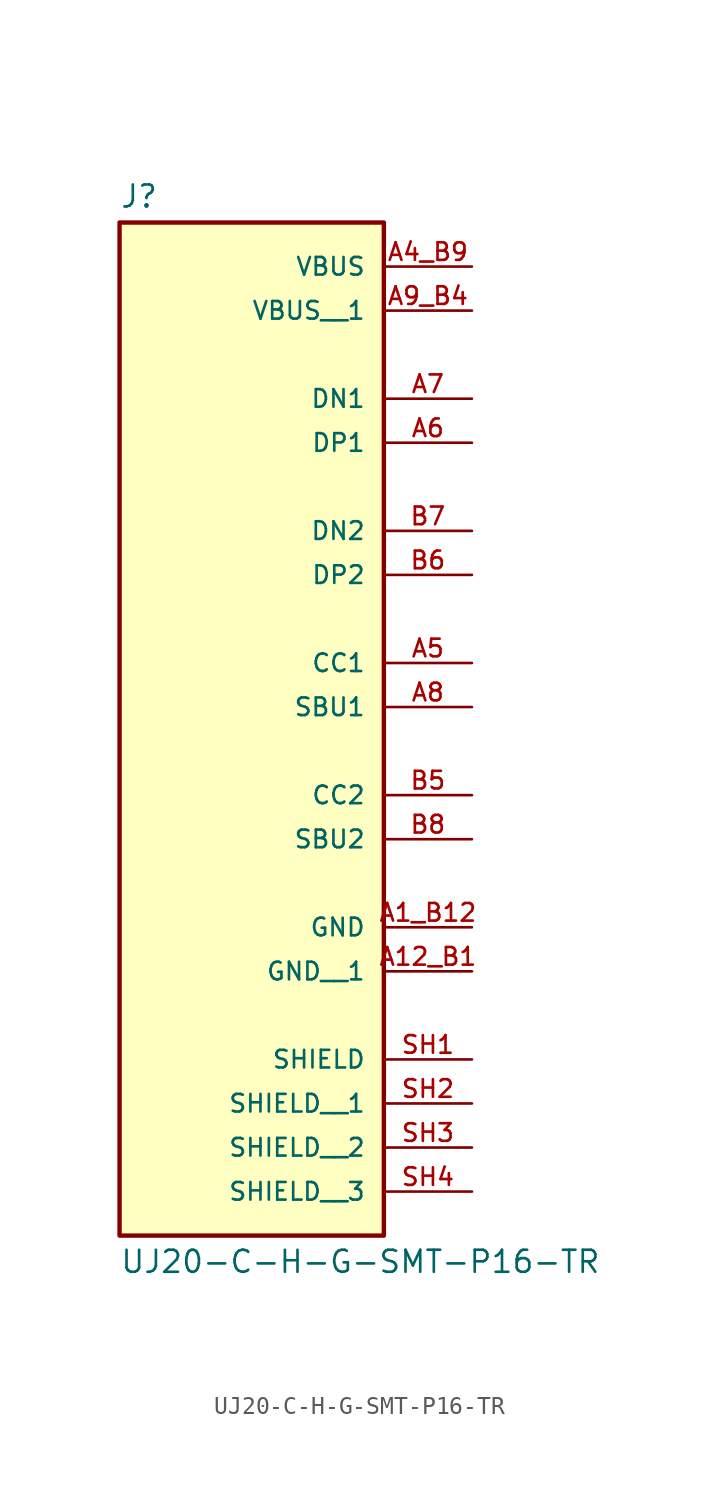
<source format=kicad_sym>
(kicad_symbol_lib
  (version 20211014)
  (generator kicad_symbol_editor)
  (symbol "UJ20-C-H-G-SMT-P16-TR"
    (pin_names
      (offset 1.016))
    (property "Reference" "J"
      (at -7.62 23.622 0)
      (effects (font (size 1.27 1.27)) (justify bottom left)))
    (property "Value" "UJ20-C-H-G-SMT-P16-TR"
      (at -7.62 -36.322 0)
      (effects (font (size 1.27 1.27)) (justify top left)))
    (symbol "UJ20-C-H-G-SMT-P16-TR_0_0"
      (rectangle (start -7.62 -35.56) (end 7.62 22.86) (stroke (width 0.254)) (fill (type background)))
      (pin power_in line (at 12.7 20.32 180.0) (length 5.08) (name "VBUS" (effects (font (size 1.016 1.016)))) (number "A4_B9" (effects (font (size 1.016 1.016)))))
      (pin passive line (at 12.7 -25.4 180.0) (length 5.08) (name "SHIELD" (effects (font (size 1.016 1.016)))) (number "SH1" (effects (font (size 1.016 1.016)))))
      (pin passive line (at 12.7 12.7 180.0) (length 5.08) (name "DN1" (effects (font (size 1.016 1.016)))) (number "A7" (effects (font (size 1.016 1.016)))))
      (pin passive line (at 12.7 10.16 180.0) (length 5.08) (name "DP1" (effects (font (size 1.016 1.016)))) (number "A6" (effects (font (size 1.016 1.016)))))
      (pin passive line (at 12.7 5.08 180.0) (length 5.08) (name "DN2" (effects (font (size 1.016 1.016)))) (number "B7" (effects (font (size 1.016 1.016)))))
      (pin passive line (at 12.7 2.54 180.0) (length 5.08) (name "DP2" (effects (font (size 1.016 1.016)))) (number "B6" (effects (font (size 1.016 1.016)))))
      (pin power_in line (at 12.7 -17.78 180.0) (length 5.08) (name "GND" (effects (font (size 1.016 1.016)))) (number "A1_B12" (effects (font (size 1.016 1.016)))))
      (pin passive line (at 12.7 -2.54 180.0) (length 5.08) (name "CC1" (effects (font (size 1.016 1.016)))) (number "A5" (effects (font (size 1.016 1.016)))))
      (pin passive line (at 12.7 -5.08 180.0) (length 5.08) (name "SBU1" (effects (font (size 1.016 1.016)))) (number "A8" (effects (font (size 1.016 1.016)))))
      (pin passive line (at 12.7 -10.16 180.0) (length 5.08) (name "CC2" (effects (font (size 1.016 1.016)))) (number "B5" (effects (font (size 1.016 1.016)))))
      (pin passive line (at 12.7 -12.7 180.0) (length 5.08) (name "SBU2" (effects (font (size 1.016 1.016)))) (number "B8" (effects (font (size 1.016 1.016)))))
      (pin power_in line (at 12.7 17.78 180.0) (length 5.08) (name "VBUS__1" (effects (font (size 1.016 1.016)))) (number "A9_B4" (effects (font (size 1.016 1.016)))))
      (pin power_in line (at 12.7 -20.32 180.0) (length 5.08) (name "GND__1" (effects (font (size 1.016 1.016)))) (number "A12_B1" (effects (font (size 1.016 1.016)))))
      (pin passive line (at 12.7 -27.94 180.0) (length 5.08) (name "SHIELD__1" (effects (font (size 1.016 1.016)))) (number "SH2" (effects (font (size 1.016 1.016)))))
      (pin passive line (at 12.7 -30.48 180.0) (length 5.08) (name "SHIELD__2" (effects (font (size 1.016 1.016)))) (number "SH3" (effects (font (size 1.016 1.016)))))
      (pin passive line (at 12.7 -33.02 180.0) (length 5.08) (name "SHIELD__3" (effects (font (size 1.016 1.016)))) (number "SH4" (effects (font (size 1.016 1.016))))))))
</source>
